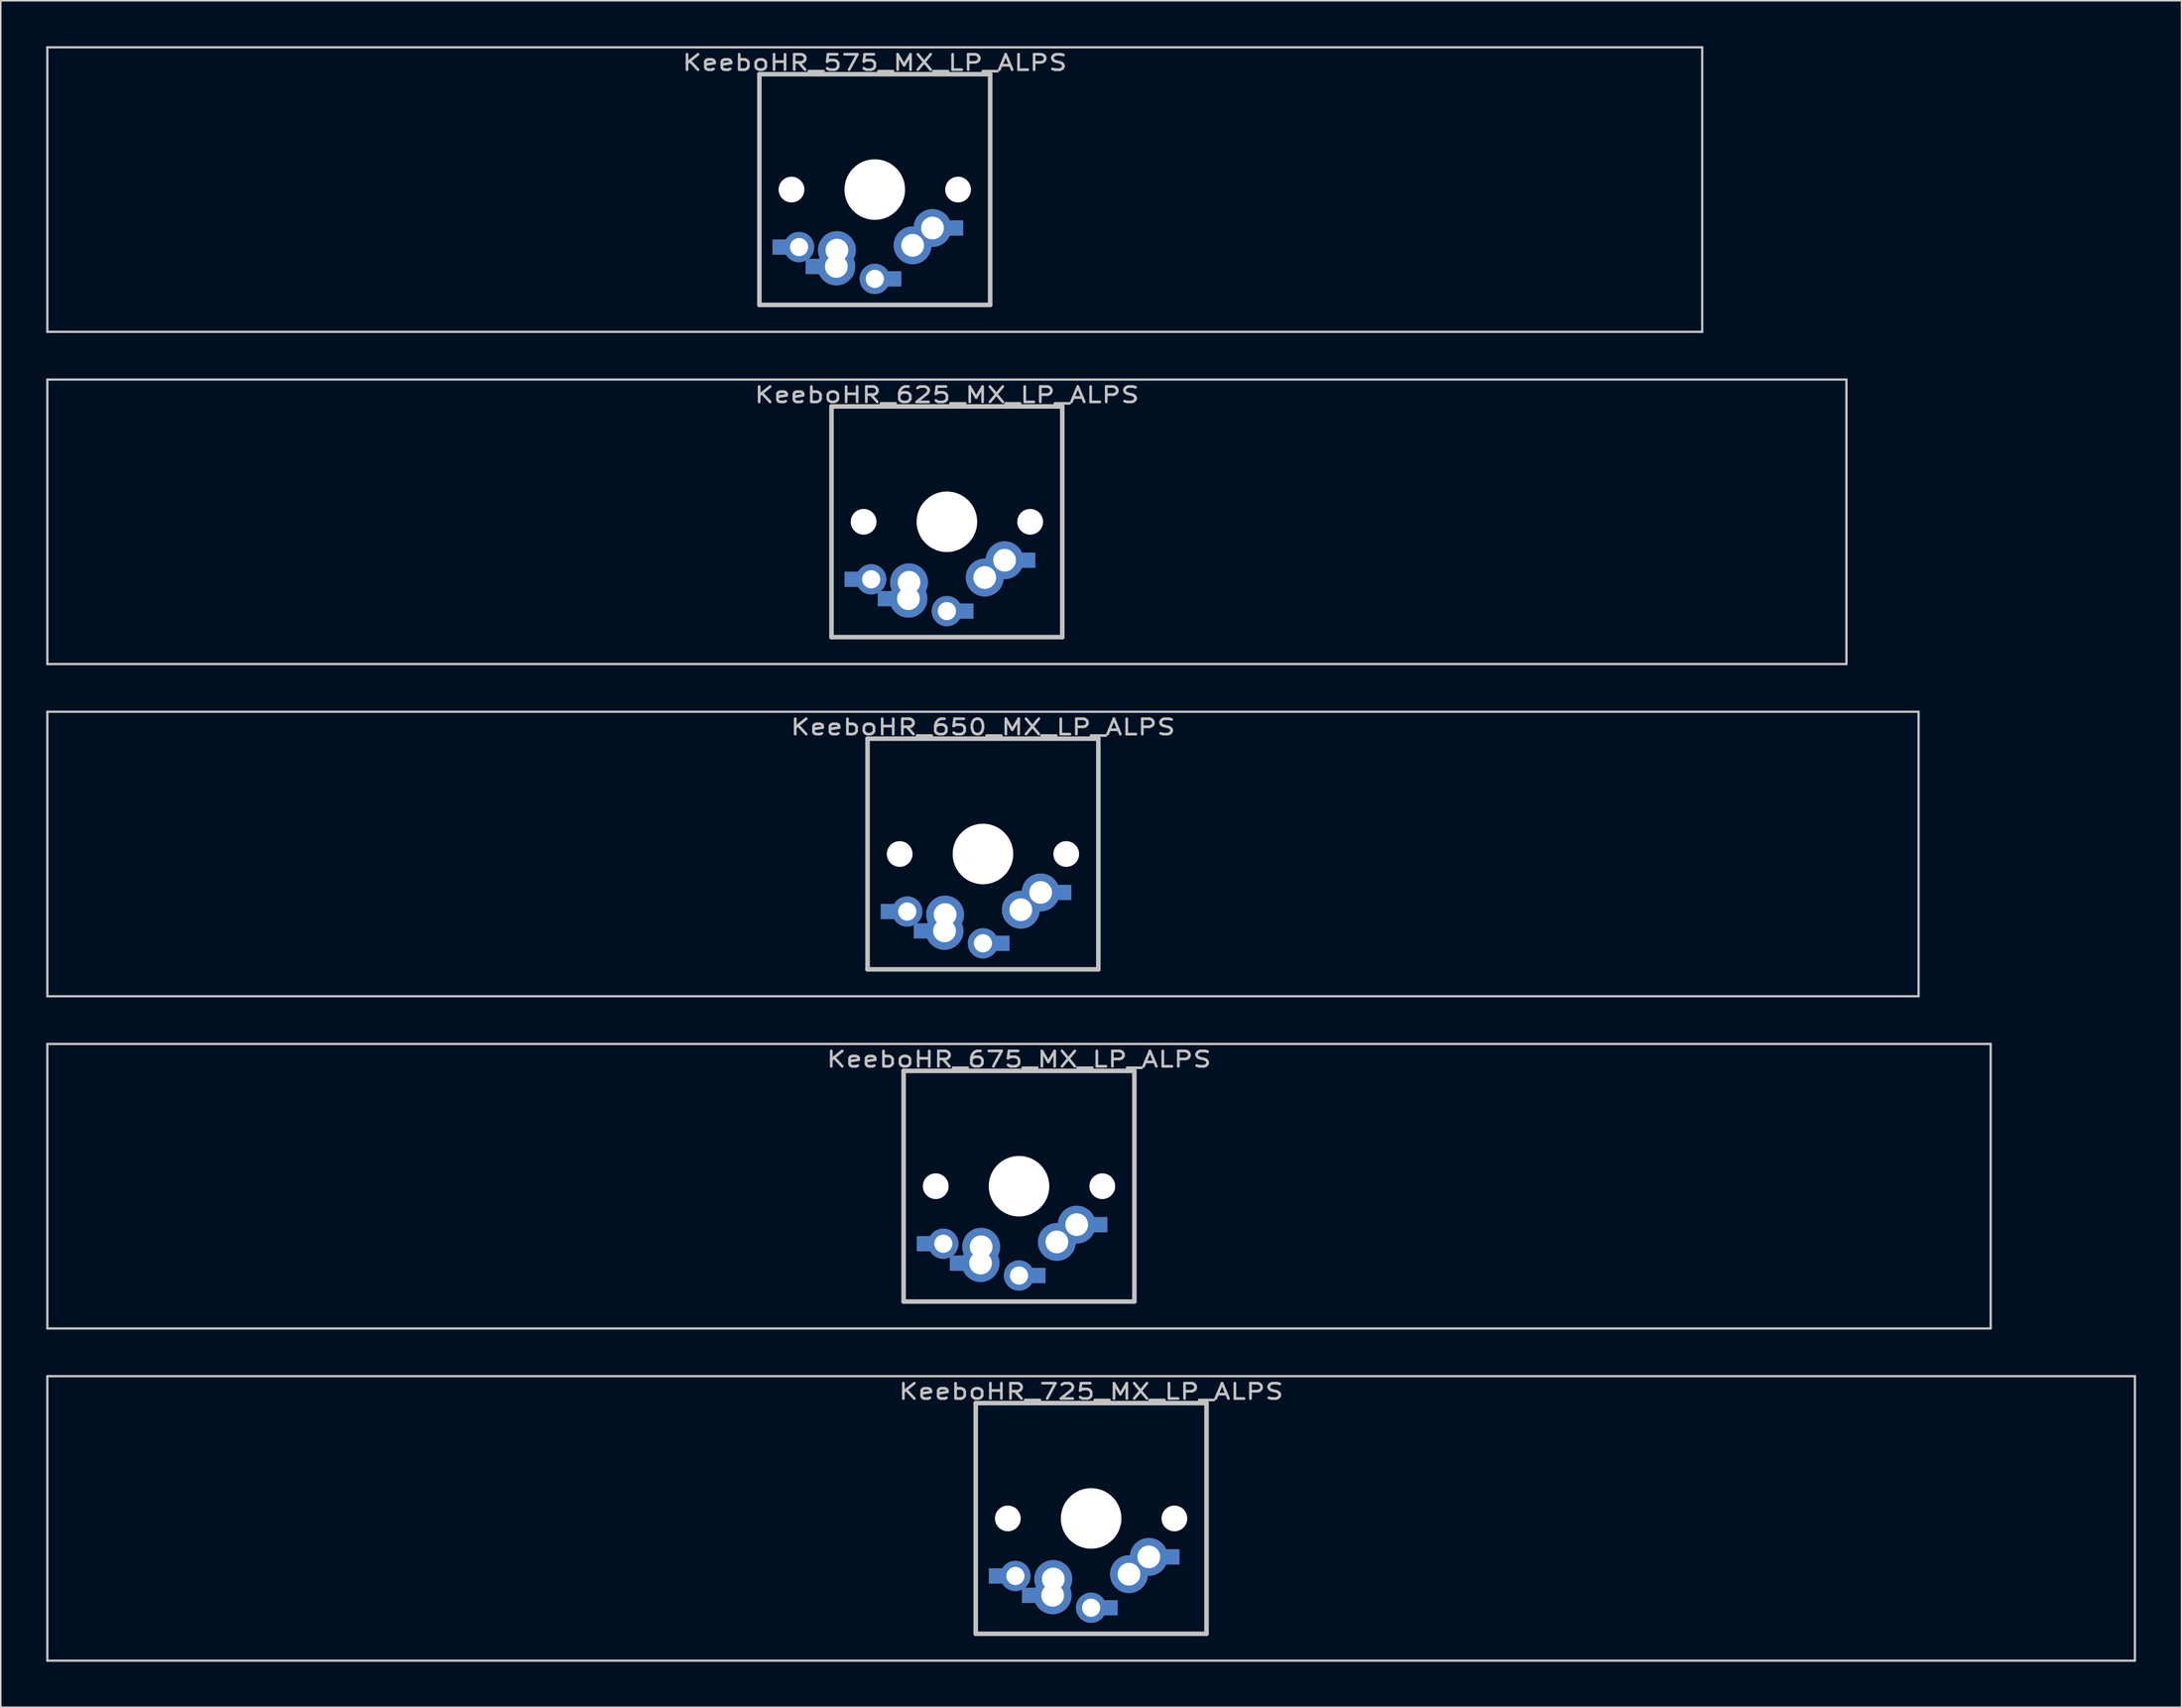
<source format=kicad_pcb>
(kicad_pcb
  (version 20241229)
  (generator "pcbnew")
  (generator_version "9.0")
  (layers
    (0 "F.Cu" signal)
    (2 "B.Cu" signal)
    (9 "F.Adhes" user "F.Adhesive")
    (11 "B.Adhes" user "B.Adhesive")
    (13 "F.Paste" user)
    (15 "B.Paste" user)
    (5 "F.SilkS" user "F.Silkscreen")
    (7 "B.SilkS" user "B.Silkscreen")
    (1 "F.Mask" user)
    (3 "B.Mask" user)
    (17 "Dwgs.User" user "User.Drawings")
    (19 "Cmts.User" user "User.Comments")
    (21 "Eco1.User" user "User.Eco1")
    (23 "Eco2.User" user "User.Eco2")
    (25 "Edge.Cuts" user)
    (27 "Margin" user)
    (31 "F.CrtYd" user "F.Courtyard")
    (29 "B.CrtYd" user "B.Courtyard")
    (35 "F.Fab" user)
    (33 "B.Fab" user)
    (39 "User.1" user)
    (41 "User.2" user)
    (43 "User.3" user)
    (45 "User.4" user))
  (footprint "KeeboHR_625_MX_LP_ALPS"
    (layer "F.Cu")
    (at 59.48 31.423)
    (property "Reference" "KeeboHR_625_MX_LP_ALPS" (at 0 -8.382 0) (layer "Dwgs.User") (effects (font (size 1.016 1.27) (thickness 0.178))))
    (attr through_hole)
    (fp_line (start -59.404 -9.398) (end 59.404 -9.398) (stroke (width 0.152) (type solid)) (layer "Dwgs.User"))
    (fp_line (start -59.404 9.398) (end -59.404 -9.398) (stroke (width 0.152) (type solid)) (layer "Dwgs.User"))
    (fp_line (start -7.62 -7.62) (end 7.62 -7.62) (stroke (width 0.3) (type solid)) (layer "Dwgs.User"))
    (fp_line (start -7.62 7.62) (end -7.62 -7.62) (stroke (width 0.3) (type solid)) (layer "Dwgs.User"))
    (fp_line (start 7.62 -7.62) (end 7.62 7.62) (stroke (width 0.3) (type solid)) (layer "Dwgs.User"))
    (fp_line (start 7.62 7.62) (end -7.62 7.62) (stroke (width 0.3) (type solid)) (layer "Dwgs.User"))
    (fp_line (start 59.404 -9.398) (end 59.404 9.398) (stroke (width 0.152) (type solid)) (layer "Dwgs.User"))
    (fp_line (start 59.404 9.398) (end -59.404 9.398) (stroke (width 0.152) (type solid)) (layer "Dwgs.User"))
    (pad "" np_thru_hole circle (at -5.5 0) (size 1.7 1.7) (drill 1.7) (layers "*.Cu" "*.Mask"))
    (pad "" np_thru_hole circle (at 0 0) (size 4 4) (drill 4) (layers "*.Cu" "*.Mask"))
    (pad "" np_thru_hole circle (at 5.5 0) (size 1.7 1.7) (drill 1.7) (layers "*.Cu" "*.Mask"))
    (pad "1" thru_hole circle (at 0 5.9) (size 2 2) (drill 1.2) (layers "*.Cu" "*.Mask"))
    (pad "1" smd rect (at 1.25 5.9) (size 1 1) (layers "*.Cu" "*.Mask"))
    (pad "1" thru_hole circle (at 2.5 3.683) (size 2.5 2.5) (drill 1.5) (layers "*.Cu" "*.Mask"))
    (pad "1" thru_hole circle (at 3.81 2.54) (size 2.5 2.5) (drill 1.5) (layers "*.Cu" "*.Mask"))
    (pad "1" smd rect (at 5.334 2.54) (size 1 1) (layers "*.Cu" "*.Mask"))
    (pad "2" smd rect (at -6.25 3.8) (size 1 1) (layers "*.Cu" "*.Mask"))
    (pad "2" thru_hole circle (at -5 3.8) (size 2 2) (drill 1.2) (layers "*.Cu" "*.Mask"))
    (pad "2" smd rect (at -4.064 5.08) (size 1 1) (layers "*.Cu" "*.Mask"))
    (pad "2" thru_hole circle (at -2.54 5.08) (size 2.5 2.5) (drill 1.5) (layers "*.Cu" "*.Mask"))
    (pad "2" thru_hole circle (at -2.5 4) (size 2.5 2.5) (drill 1.5) (layers "*.Cu" "*.Mask")))
  (footprint "KeeboHR_650_MX_LP_ALPS"
    (layer "F.Cu")
    (at 61.862 53.371)
    (property "Reference" "KeeboHR_650_MX_LP_ALPS" (at 0 -8.382 0) (layer "Dwgs.User") (effects (font (size 1.016 1.27) (thickness 0.178))))
    (attr through_hole)
    (fp_line (start -61.785 -9.398) (end 61.785 -9.398) (stroke (width 0.152) (type solid)) (layer "Dwgs.User"))
    (fp_line (start -61.785 9.398) (end -61.785 -9.398) (stroke (width 0.152) (type solid)) (layer "Dwgs.User"))
    (fp_line (start -7.62 -7.62) (end 7.62 -7.62) (stroke (width 0.3) (type solid)) (layer "Dwgs.User"))
    (fp_line (start -7.62 7.62) (end -7.62 -7.62) (stroke (width 0.3) (type solid)) (layer "Dwgs.User"))
    (fp_line (start 7.62 -7.62) (end 7.62 7.62) (stroke (width 0.3) (type solid)) (layer "Dwgs.User"))
    (fp_line (start 7.62 7.62) (end -7.62 7.62) (stroke (width 0.3) (type solid)) (layer "Dwgs.User"))
    (fp_line (start 61.785 -9.398) (end 61.785 9.398) (stroke (width 0.152) (type solid)) (layer "Dwgs.User"))
    (fp_line (start 61.785 9.398) (end -61.785 9.398) (stroke (width 0.152) (type solid)) (layer "Dwgs.User"))
    (pad "" np_thru_hole circle (at -5.5 0) (size 1.7 1.7) (drill 1.7) (layers "*.Cu" "*.Mask"))
    (pad "" np_thru_hole circle (at 0 0) (size 4 4) (drill 4) (layers "*.Cu" "*.Mask"))
    (pad "" np_thru_hole circle (at 5.5 0) (size 1.7 1.7) (drill 1.7) (layers "*.Cu" "*.Mask"))
    (pad "1" thru_hole circle (at 0 5.9) (size 2 2) (drill 1.2) (layers "*.Cu" "*.Mask"))
    (pad "1" smd rect (at 1.25 5.9) (size 1 1) (layers "*.Cu" "*.Mask"))
    (pad "1" thru_hole circle (at 2.5 3.683) (size 2.5 2.5) (drill 1.5) (layers "*.Cu" "*.Mask"))
    (pad "1" thru_hole circle (at 3.81 2.54) (size 2.5 2.5) (drill 1.5) (layers "*.Cu" "*.Mask"))
    (pad "1" smd rect (at 5.334 2.54) (size 1 1) (layers "*.Cu" "*.Mask"))
    (pad "2" smd rect (at -6.25 3.8) (size 1 1) (layers "*.Cu" "*.Mask"))
    (pad "2" thru_hole circle (at -5 3.8) (size 2 2) (drill 1.2) (layers "*.Cu" "*.Mask"))
    (pad "2" smd rect (at -4.064 5.08) (size 1 1) (layers "*.Cu" "*.Mask"))
    (pad "2" thru_hole circle (at -2.54 5.08) (size 2.5 2.5) (drill 1.5) (layers "*.Cu" "*.Mask"))
    (pad "2" thru_hole circle (at -2.5 4) (size 2.5 2.5) (drill 1.5) (layers "*.Cu" "*.Mask")))
  (footprint "KeeboHR_575_MX_LP_ALPS"
    (layer "F.Cu")
    (at 54.718 9.474)
    (property "Reference" "KeeboHR_575_MX_LP_ALPS" (at 0 -8.382 0) (layer "Dwgs.User") (effects (font (size 1.016 1.27) (thickness 0.178))))
    (attr through_hole)
    (fp_line (start -54.642 -9.398) (end 54.642 -9.398) (stroke (width 0.152) (type solid)) (layer "Dwgs.User"))
    (fp_line (start -54.642 9.398) (end -54.642 -9.398) (stroke (width 0.152) (type solid)) (layer "Dwgs.User"))
    (fp_line (start -7.62 -7.62) (end 7.62 -7.62) (stroke (width 0.3) (type solid)) (layer "Dwgs.User"))
    (fp_line (start -7.62 7.62) (end -7.62 -7.62) (stroke (width 0.3) (type solid)) (layer "Dwgs.User"))
    (fp_line (start 7.62 -7.62) (end 7.62 7.62) (stroke (width 0.3) (type solid)) (layer "Dwgs.User"))
    (fp_line (start 7.62 7.62) (end -7.62 7.62) (stroke (width 0.3) (type solid)) (layer "Dwgs.User"))
    (fp_line (start 54.642 -9.398) (end 54.642 9.398) (stroke (width 0.152) (type solid)) (layer "Dwgs.User"))
    (fp_line (start 54.642 9.398) (end -54.642 9.398) (stroke (width 0.152) (type solid)) (layer "Dwgs.User"))
    (pad "" np_thru_hole circle (at -5.5 0) (size 1.7 1.7) (drill 1.7) (layers "*.Cu" "*.Mask"))
    (pad "" np_thru_hole circle (at 0 0) (size 4 4) (drill 4) (layers "*.Cu" "*.Mask"))
    (pad "" np_thru_hole circle (at 5.5 0) (size 1.7 1.7) (drill 1.7) (layers "*.Cu" "*.Mask"))
    (pad "1" thru_hole circle (at 0 5.9) (size 2 2) (drill 1.2) (layers "*.Cu" "*.Mask"))
    (pad "1" smd rect (at 1.25 5.9) (size 1 1) (layers "*.Cu" "*.Mask"))
    (pad "1" thru_hole circle (at 2.5 3.683) (size 2.5 2.5) (drill 1.5) (layers "*.Cu" "*.Mask"))
    (pad "1" thru_hole circle (at 3.81 2.54) (size 2.5 2.5) (drill 1.5) (layers "*.Cu" "*.Mask"))
    (pad "1" smd rect (at 5.334 2.54) (size 1 1) (layers "*.Cu" "*.Mask"))
    (pad "2" smd rect (at -6.25 3.8) (size 1 1) (layers "*.Cu" "*.Mask"))
    (pad "2" thru_hole circle (at -5 3.8) (size 2 2) (drill 1.2) (layers "*.Cu" "*.Mask"))
    (pad "2" smd rect (at -4.064 5.08) (size 1 1) (layers "*.Cu" "*.Mask"))
    (pad "2" thru_hole circle (at -2.54 5.08) (size 2.5 2.5) (drill 1.5) (layers "*.Cu" "*.Mask"))
    (pad "2" thru_hole circle (at -2.5 4) (size 2.5 2.5) (drill 1.5) (layers "*.Cu" "*.Mask")))
  (footprint "KeeboHR_675_MX_LP_ALPS"
    (layer "F.Cu")
    (at 64.243 75.319)
    (property "Reference" "KeeboHR_675_MX_LP_ALPS" (at 0 -8.382 0) (layer "Dwgs.User") (effects (font (size 1.016 1.27) (thickness 0.178))))
    (attr through_hole)
    (fp_line (start -64.167 -9.398) (end 64.167 -9.398) (stroke (width 0.152) (type solid)) (layer "Dwgs.User"))
    (fp_line (start -64.167 9.398) (end -64.167 -9.398) (stroke (width 0.152) (type solid)) (layer "Dwgs.User"))
    (fp_line (start -7.62 -7.62) (end 7.62 -7.62) (stroke (width 0.3) (type solid)) (layer "Dwgs.User"))
    (fp_line (start -7.62 7.62) (end -7.62 -7.62) (stroke (width 0.3) (type solid)) (layer "Dwgs.User"))
    (fp_line (start 7.62 -7.62) (end 7.62 7.62) (stroke (width 0.3) (type solid)) (layer "Dwgs.User"))
    (fp_line (start 7.62 7.62) (end -7.62 7.62) (stroke (width 0.3) (type solid)) (layer "Dwgs.User"))
    (fp_line (start 64.167 -9.398) (end 64.167 9.398) (stroke (width 0.152) (type solid)) (layer "Dwgs.User"))
    (fp_line (start 64.167 9.398) (end -64.167 9.398) (stroke (width 0.152) (type solid)) (layer "Dwgs.User"))
    (pad "" np_thru_hole circle (at -5.5 0) (size 1.7 1.7) (drill 1.7) (layers "*.Cu" "*.Mask"))
    (pad "" np_thru_hole circle (at 0 0) (size 4 4) (drill 4) (layers "*.Cu" "*.Mask"))
    (pad "" np_thru_hole circle (at 5.5 0) (size 1.7 1.7) (drill 1.7) (layers "*.Cu" "*.Mask"))
    (pad "1" thru_hole circle (at 0 5.9) (size 2 2) (drill 1.2) (layers "*.Cu" "*.Mask"))
    (pad "1" smd rect (at 1.25 5.9) (size 1 1) (layers "*.Cu" "*.Mask"))
    (pad "1" thru_hole circle (at 2.5 3.683) (size 2.5 2.5) (drill 1.5) (layers "*.Cu" "*.Mask"))
    (pad "1" thru_hole circle (at 3.81 2.54) (size 2.5 2.5) (drill 1.5) (layers "*.Cu" "*.Mask"))
    (pad "1" smd rect (at 5.334 2.54) (size 1 1) (layers "*.Cu" "*.Mask"))
    (pad "2" smd rect (at -6.25 3.8) (size 1 1) (layers "*.Cu" "*.Mask"))
    (pad "2" thru_hole circle (at -5 3.8) (size 2 2) (drill 1.2) (layers "*.Cu" "*.Mask"))
    (pad "2" smd rect (at -4.064 5.08) (size 1 1) (layers "*.Cu" "*.Mask"))
    (pad "2" thru_hole circle (at -2.54 5.08) (size 2.5 2.5) (drill 1.5) (layers "*.Cu" "*.Mask"))
    (pad "2" thru_hole circle (at -2.5 4) (size 2.5 2.5) (drill 1.5) (layers "*.Cu" "*.Mask")))
  (footprint "KeeboHR_725_MX_LP_ALPS"
    (layer "F.Cu")
    (at 69.005 97.268)
    (property "Reference" "KeeboHR_725_MX_LP_ALPS" (at 0 -8.382 0) (layer "Dwgs.User") (effects (font (size 1.016 1.27) (thickness 0.178))))
    (attr through_hole)
    (fp_line (start -68.929 -9.398) (end 68.929 -9.398) (stroke (width 0.152) (type solid)) (layer "Dwgs.User"))
    (fp_line (start -68.929 9.398) (end -68.929 -9.398) (stroke (width 0.152) (type solid)) (layer "Dwgs.User"))
    (fp_line (start -7.62 -7.62) (end 7.62 -7.62) (stroke (width 0.3) (type solid)) (layer "Dwgs.User"))
    (fp_line (start -7.62 7.62) (end -7.62 -7.62) (stroke (width 0.3) (type solid)) (layer "Dwgs.User"))
    (fp_line (start 7.62 -7.62) (end 7.62 7.62) (stroke (width 0.3) (type solid)) (layer "Dwgs.User"))
    (fp_line (start 7.62 7.62) (end -7.62 7.62) (stroke (width 0.3) (type solid)) (layer "Dwgs.User"))
    (fp_line (start 68.929 -9.398) (end 68.929 9.398) (stroke (width 0.152) (type solid)) (layer "Dwgs.User"))
    (fp_line (start 68.929 9.398) (end -68.929 9.398) (stroke (width 0.152) (type solid)) (layer "Dwgs.User"))
    (pad "" np_thru_hole circle (at -5.5 0) (size 1.7 1.7) (drill 1.7) (layers "*.Cu" "*.Mask"))
    (pad "" np_thru_hole circle (at 0 0) (size 4 4) (drill 4) (layers "*.Cu" "*.Mask"))
    (pad "" np_thru_hole circle (at 5.5 0) (size 1.7 1.7) (drill 1.7) (layers "*.Cu" "*.Mask"))
    (pad "1" thru_hole circle (at 0 5.9) (size 2 2) (drill 1.2) (layers "*.Cu" "*.Mask"))
    (pad "1" smd rect (at 1.25 5.9) (size 1 1) (layers "*.Cu" "*.Mask"))
    (pad "1" thru_hole circle (at 2.5 3.683) (size 2.5 2.5) (drill 1.5) (layers "*.Cu" "*.Mask"))
    (pad "1" thru_hole circle (at 3.81 2.54) (size 2.5 2.5) (drill 1.5) (layers "*.Cu" "*.Mask"))
    (pad "1" smd rect (at 5.334 2.54) (size 1 1) (layers "*.Cu" "*.Mask"))
    (pad "2" smd rect (at -6.25 3.8) (size 1 1) (layers "*.Cu" "*.Mask"))
    (pad "2" thru_hole circle (at -5 3.8) (size 2 2) (drill 1.2) (layers "*.Cu" "*.Mask"))
    (pad "2" smd rect (at -4.064 5.08) (size 1 1) (layers "*.Cu" "*.Mask"))
    (pad "2" thru_hole circle (at -2.54 5.08) (size 2.5 2.5) (drill 1.5) (layers "*.Cu" "*.Mask"))
    (pad "2" thru_hole circle (at -2.5 4) (size 2.5 2.5) (drill 1.5) (layers "*.Cu" "*.Mask")))
  (gr_rect
    (start -3 -3)
    (end 141.011 109.742)
    (stroke (width 0.1) (type default))
    (fill no)
    (layer "Edge.Cuts")))
</source>
